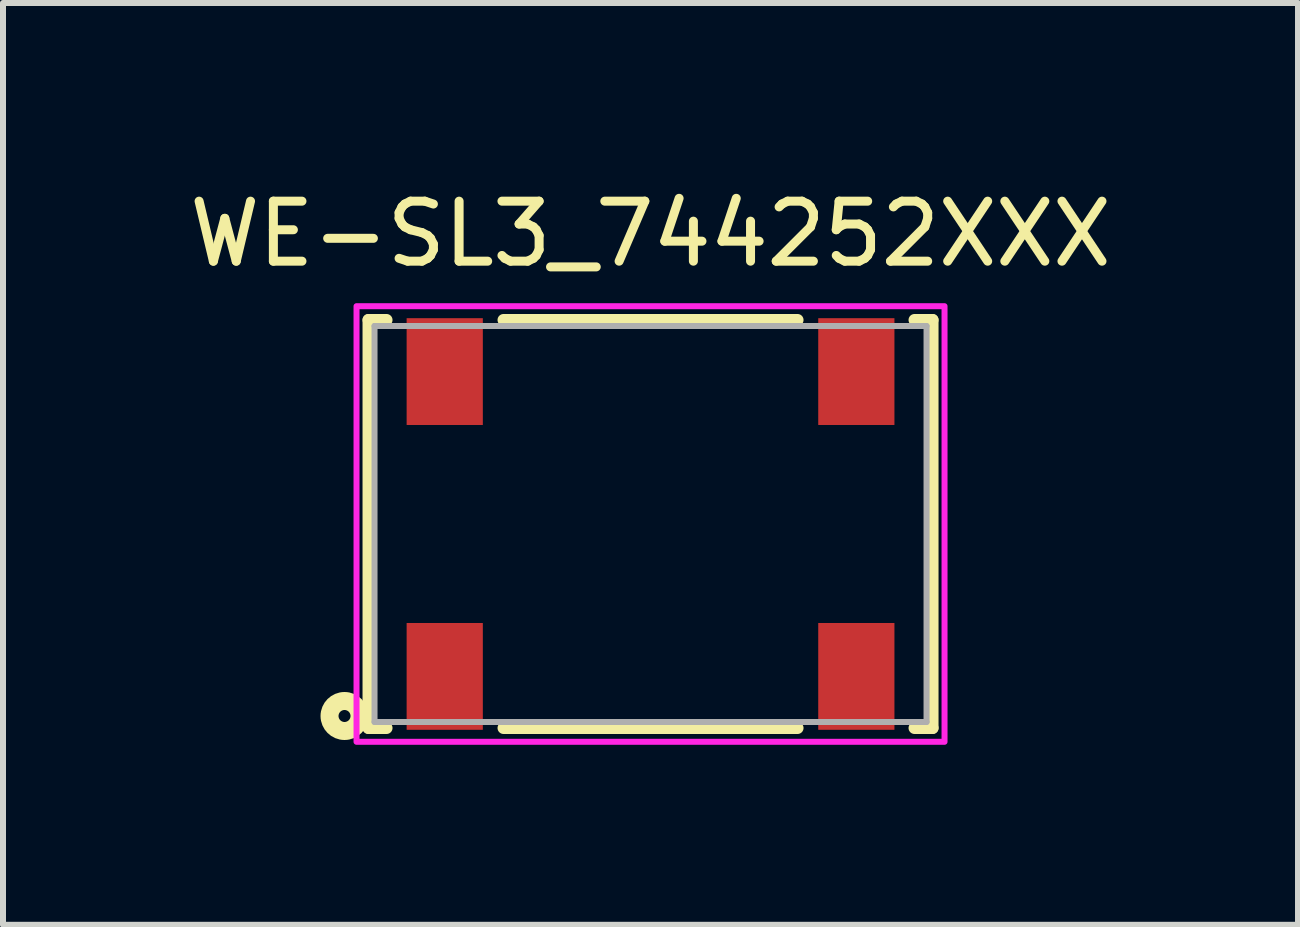
<source format=kicad_pcb>
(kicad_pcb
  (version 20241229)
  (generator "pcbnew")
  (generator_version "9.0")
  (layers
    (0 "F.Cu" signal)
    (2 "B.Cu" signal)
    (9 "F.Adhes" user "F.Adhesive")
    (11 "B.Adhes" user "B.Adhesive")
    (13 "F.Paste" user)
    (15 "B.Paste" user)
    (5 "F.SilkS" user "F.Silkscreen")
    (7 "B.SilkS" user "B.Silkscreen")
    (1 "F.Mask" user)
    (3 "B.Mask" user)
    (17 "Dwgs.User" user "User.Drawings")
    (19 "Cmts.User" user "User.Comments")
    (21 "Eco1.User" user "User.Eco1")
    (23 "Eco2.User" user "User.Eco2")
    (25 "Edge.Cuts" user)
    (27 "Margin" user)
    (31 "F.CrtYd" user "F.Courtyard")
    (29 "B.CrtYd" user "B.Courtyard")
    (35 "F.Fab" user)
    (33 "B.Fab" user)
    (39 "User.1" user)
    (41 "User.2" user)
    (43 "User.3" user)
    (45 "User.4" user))
  (footprint "WE-SL3_744252XXX"
    (layer "F.Cu")
    (at 7.792 5.683)
    (property "Reference" "WE-SL3_744252XXX" (at 0 -4.835 0) (layer "F.SilkS") (effects (font (size 1 1) (thickness 0.15))))
    (attr smd)
    (fp_line (start -4.7 -3.4) (end -4.7 3.4) (stroke (width 0.2) (type solid)) (layer "F.SilkS"))
    (fp_line (start -4.4 -3.4) (end -4.7 -3.4) (stroke (width 0.2) (type solid)) (layer "F.SilkS"))
    (fp_line (start -4.4 3.4) (end -4.7 3.4) (stroke (width 0.2) (type solid)) (layer "F.SilkS"))
    (fp_line (start -2.45 -3.4) (end 2.45 -3.4) (stroke (width 0.2) (type solid)) (layer "F.SilkS"))
    (fp_line (start -2.45 3.4) (end 2.45 3.4) (stroke (width 0.2) (type solid)) (layer "F.SilkS"))
    (fp_line (start 4.4 -3.4) (end 4.7 -3.4) (stroke (width 0.2) (type solid)) (layer "F.SilkS"))
    (fp_line (start 4.4 3.4) (end 4.7 3.4) (stroke (width 0.2) (type solid)) (layer "F.SilkS"))
    (fp_line (start 4.7 -3.4) (end 4.7 3.4) (stroke (width 0.2) (type solid)) (layer "F.SilkS"))
    (fp_circle (center -5.1 3.2) (end -5 3.2) (stroke (width 0.3) (type solid)) (fill no) (layer "F.SilkS"))
    (fp_poly (pts (xy -4.9 -3.63) (xy 4.9 -3.63) (xy 4.9 3.63) (xy -4.9 3.63)) (stroke (width 0.1) (type solid)) (fill no) (layer "F.CrtYd"))
    (fp_line (start -4.6 -3.3) (end -4.6 3.3) (stroke (width 0.1) (type solid)) (layer "F.Fab"))
    (fp_line (start -4.6 -3.3) (end 4.6 -3.3) (stroke (width 0.1) (type solid)) (layer "F.Fab"))
    (fp_line (start -4.6 3.3) (end 4.6 3.3) (stroke (width 0.1) (type solid)) (layer "F.Fab"))
    (fp_line (start 4.6 -3.3) (end 4.6 3.3) (stroke (width 0.1) (type solid)) (layer "F.Fab"))
    (pad "1" smd rect (at -3.43 2.54) (size 1.27 1.78) (layers "F.Cu" "F.Mask" "F.Paste"))
    (pad "3" smd rect (at -3.43 -2.54) (size 1.27 1.78) (layers "F.Cu" "F.Mask" "F.Paste"))
    (pad "4" smd rect (at 3.43 -2.54) (size 1.27 1.78) (layers "F.Cu" "F.Mask" "F.Paste"))
    (pad "6" smd rect (at 3.43 2.54) (size 1.27 1.78) (layers "F.Cu" "F.Mask" "F.Paste")))
  (gr_rect
    (start -3 -3)
    (end 18.583 12.363)
    (stroke (width 0.1) (type default))
    (fill no)
    (layer "Edge.Cuts")))
</source>
